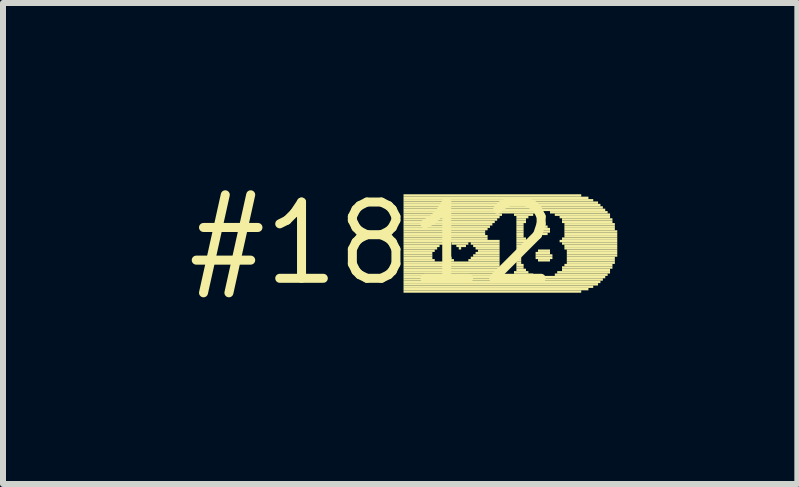
<source format=kicad_pcb>
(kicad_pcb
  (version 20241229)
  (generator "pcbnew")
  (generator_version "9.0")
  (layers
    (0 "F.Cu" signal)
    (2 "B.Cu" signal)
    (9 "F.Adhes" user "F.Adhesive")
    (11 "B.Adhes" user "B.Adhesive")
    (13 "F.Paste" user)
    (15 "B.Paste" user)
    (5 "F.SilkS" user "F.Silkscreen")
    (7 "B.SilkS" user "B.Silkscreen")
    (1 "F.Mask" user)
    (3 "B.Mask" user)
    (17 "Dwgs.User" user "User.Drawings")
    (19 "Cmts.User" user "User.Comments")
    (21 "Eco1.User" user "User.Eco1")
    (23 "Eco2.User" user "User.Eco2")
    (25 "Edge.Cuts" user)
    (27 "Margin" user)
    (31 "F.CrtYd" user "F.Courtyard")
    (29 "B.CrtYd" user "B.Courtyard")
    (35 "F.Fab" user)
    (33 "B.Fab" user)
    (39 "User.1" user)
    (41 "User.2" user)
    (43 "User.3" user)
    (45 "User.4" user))
  (footprint "#1812"
    (layer "F.Cu")
    (at 3.152 1.006)
    (property "Reference" "#1812" (at 0 0 0) (layer "F.SilkS") (effects (font (size 1.27 1.27) (thickness 0.15))))
    (attr through_hole)
    (fp_poly (pts (xy 0.52 -0.78) (xy 3.48 -0.78) (xy 3.48 -0.82) (xy 0.52 -0.82)) (stroke (width 0) (type solid)) (fill yes) (layer "F.SilkS"))
    (fp_poly (pts (xy 0.52 -0.74) (xy 3.6 -0.74) (xy 3.6 -0.78) (xy 0.52 -0.78)) (stroke (width 0) (type solid)) (fill yes) (layer "F.SilkS"))
    (fp_poly (pts (xy 0.52 -0.7) (xy 3.68 -0.7) (xy 3.68 -0.74) (xy 0.52 -0.74)) (stroke (width 0) (type solid)) (fill yes) (layer "F.SilkS"))
    (fp_poly (pts (xy 0.52 -0.66) (xy 3.76 -0.66) (xy 3.76 -0.7) (xy 0.52 -0.7)) (stroke (width 0) (type solid)) (fill yes) (layer "F.SilkS"))
    (fp_poly (pts (xy 0.52 -0.62) (xy 3.8 -0.62) (xy 3.8 -0.66) (xy 0.52 -0.66)) (stroke (width 0) (type solid)) (fill yes) (layer "F.SilkS"))
    (fp_poly (pts (xy 0.52 -0.58) (xy 3.84 -0.58) (xy 3.84 -0.62) (xy 0.52 -0.62)) (stroke (width 0) (type solid)) (fill yes) (layer "F.SilkS"))
    (fp_poly (pts (xy 0.52 -0.54) (xy 3.88 -0.54) (xy 3.88 -0.58) (xy 0.52 -0.58)) (stroke (width 0) (type solid)) (fill yes) (layer "F.SilkS"))
    (fp_poly (pts (xy 0.52 -0.5) (xy 2.76 -0.5) (xy 2.76 -0.54) (xy 0.52 -0.54)) (stroke (width 0) (type solid)) (fill yes) (layer "F.SilkS"))
    (fp_poly (pts (xy 0.52 -0.46) (xy 2.16 -0.46) (xy 2.16 -0.5) (xy 0.52 -0.5)) (stroke (width 0) (type solid)) (fill yes) (layer "F.SilkS"))
    (fp_poly (pts (xy 0.52 -0.42) (xy 2.12 -0.42) (xy 2.12 -0.46) (xy 0.52 -0.46)) (stroke (width 0) (type solid)) (fill yes) (layer "F.SilkS"))
    (fp_poly (pts (xy 0.52 -0.38) (xy 2.08 -0.38) (xy 2.08 -0.42) (xy 0.52 -0.42)) (stroke (width 0) (type solid)) (fill yes) (layer "F.SilkS"))
    (fp_poly (pts (xy 0.52 -0.34) (xy 2.04 -0.34) (xy 2.04 -0.38) (xy 0.52 -0.38)) (stroke (width 0) (type solid)) (fill yes) (layer "F.SilkS"))
    (fp_poly (pts (xy 0.52 -0.3) (xy 2 -0.3) (xy 2 -0.34) (xy 0.52 -0.34)) (stroke (width 0) (type solid)) (fill yes) (layer "F.SilkS"))
    (fp_poly (pts (xy 0.52 -0.26) (xy 1.96 -0.26) (xy 1.96 -0.3) (xy 0.52 -0.3)) (stroke (width 0) (type solid)) (fill yes) (layer "F.SilkS"))
    (fp_poly (pts (xy 0.52 -0.22) (xy 1.92 -0.22) (xy 1.92 -0.26) (xy 0.52 -0.26)) (stroke (width 0) (type solid)) (fill yes) (layer "F.SilkS"))
    (fp_poly (pts (xy 0.52 -0.18) (xy 1.88 -0.18) (xy 1.88 -0.22) (xy 0.52 -0.22)) (stroke (width 0) (type solid)) (fill yes) (layer "F.SilkS"))
    (fp_poly (pts (xy 0.52 -0.14) (xy 1.88 -0.14) (xy 1.88 -0.18) (xy 0.52 -0.18)) (stroke (width 0) (type solid)) (fill yes) (layer "F.SilkS"))
    (fp_poly (pts (xy 0.52 -0.1) (xy 1.92 -0.1) (xy 1.92 -0.14) (xy 0.52 -0.14)) (stroke (width 0) (type solid)) (fill yes) (layer "F.SilkS"))
    (fp_poly (pts (xy 0.52 -0.06) (xy 1.92 -0.06) (xy 1.92 -0.1) (xy 0.52 -0.1)) (stroke (width 0) (type solid)) (fill yes) (layer "F.SilkS"))
    (fp_poly (pts (xy 0.52 -0.02) (xy 2.12 -0.02) (xy 2.12 -0.06) (xy 0.52 -0.06)) (stroke (width 0) (type solid)) (fill yes) (layer "F.SilkS"))
    (fp_poly (pts (xy 0.52 0.02) (xy 1.24 0.02) (xy 1.24 -0.02) (xy 0.52 -0.02)) (stroke (width 0) (type solid)) (fill yes) (layer "F.SilkS"))
    (fp_poly (pts (xy 0.52 0.06) (xy 1.12 0.06) (xy 1.12 0.02) (xy 0.52 0.02)) (stroke (width 0) (type solid)) (fill yes) (layer "F.SilkS"))
    (fp_poly (pts (xy 0.52 0.1) (xy 1.08 0.1) (xy 1.08 0.06) (xy 0.52 0.06)) (stroke (width 0) (type solid)) (fill yes) (layer "F.SilkS"))
    (fp_poly (pts (xy 0.52 0.14) (xy 1.04 0.14) (xy 1.04 0.1) (xy 0.52 0.1)) (stroke (width 0) (type solid)) (fill yes) (layer "F.SilkS"))
    (fp_poly (pts (xy 0.52 0.18) (xy 1 0.18) (xy 1 0.14) (xy 0.52 0.14)) (stroke (width 0) (type solid)) (fill yes) (layer "F.SilkS"))
    (fp_poly (pts (xy 0.52 0.22) (xy 1 0.22) (xy 1 0.18) (xy 0.52 0.18)) (stroke (width 0) (type solid)) (fill yes) (layer "F.SilkS"))
    (fp_poly (pts (xy 0.52 0.26) (xy 1 0.26) (xy 1 0.22) (xy 0.52 0.22)) (stroke (width 0) (type solid)) (fill yes) (layer "F.SilkS"))
    (fp_poly (pts (xy 0.52 0.3) (xy 1.04 0.3) (xy 1.04 0.26) (xy 0.52 0.26)) (stroke (width 0) (type solid)) (fill yes) (layer "F.SilkS"))
    (fp_poly (pts (xy 0.52 0.34) (xy 2.12 0.34) (xy 2.12 0.3) (xy 0.52 0.3)) (stroke (width 0) (type solid)) (fill yes) (layer "F.SilkS"))
    (fp_poly (pts (xy 0.52 0.38) (xy 2.12 0.38) (xy 2.12 0.34) (xy 0.52 0.34)) (stroke (width 0) (type solid)) (fill yes) (layer "F.SilkS"))
    (fp_poly (pts (xy 0.52 0.42) (xy 2.12 0.42) (xy 2.12 0.38) (xy 0.52 0.38)) (stroke (width 0) (type solid)) (fill yes) (layer "F.SilkS"))
    (fp_poly (pts (xy 0.52 0.46) (xy 2.12 0.46) (xy 2.12 0.42) (xy 0.52 0.42)) (stroke (width 0) (type solid)) (fill yes) (layer "F.SilkS"))
    (fp_poly (pts (xy 0.52 0.5) (xy 2.16 0.5) (xy 2.16 0.46) (xy 0.52 0.46)) (stroke (width 0) (type solid)) (fill yes) (layer "F.SilkS"))
    (fp_poly (pts (xy 0.52 0.54) (xy 2.16 0.54) (xy 2.16 0.5) (xy 0.52 0.5)) (stroke (width 0) (type solid)) (fill yes) (layer "F.SilkS"))
    (fp_poly (pts (xy 0.52 0.58) (xy 3.88 0.58) (xy 3.88 0.54) (xy 0.52 0.54)) (stroke (width 0) (type solid)) (fill yes) (layer "F.SilkS"))
    (fp_poly (pts (xy 0.52 0.62) (xy 3.84 0.62) (xy 3.84 0.58) (xy 0.52 0.58)) (stroke (width 0) (type solid)) (fill yes) (layer "F.SilkS"))
    (fp_poly (pts (xy 0.52 0.66) (xy 3.8 0.66) (xy 3.8 0.62) (xy 0.52 0.62)) (stroke (width 0) (type solid)) (fill yes) (layer "F.SilkS"))
    (fp_poly (pts (xy 0.52 0.7) (xy 3.76 0.7) (xy 3.76 0.66) (xy 0.52 0.66)) (stroke (width 0) (type solid)) (fill yes) (layer "F.SilkS"))
    (fp_poly (pts (xy 0.52 0.74) (xy 3.68 0.74) (xy 3.68 0.7) (xy 0.52 0.7)) (stroke (width 0) (type solid)) (fill yes) (layer "F.SilkS"))
    (fp_poly (pts (xy 0.52 0.78) (xy 3.6 0.78) (xy 3.6 0.74) (xy 0.52 0.74)) (stroke (width 0) (type solid)) (fill yes) (layer "F.SilkS"))
    (fp_poly (pts (xy 0.52 0.82) (xy 3.48 0.82) (xy 3.48 0.78) (xy 0.52 0.78)) (stroke (width 0) (type solid)) (fill yes) (layer "F.SilkS"))
    (fp_poly (pts (xy 1.2 0.26) (xy 1.32 0.26) (xy 1.32 0.22) (xy 1.2 0.22)) (stroke (width 0) (type solid)) (fill yes) (layer "F.SilkS"))
    (fp_poly (pts (xy 1.2 0.3) (xy 1.36 0.3) (xy 1.36 0.26) (xy 1.2 0.26)) (stroke (width 0) (type solid)) (fill yes) (layer "F.SilkS"))
    (fp_poly (pts (xy 1.32 0.02) (xy 1.6 0.02) (xy 1.6 -0.02) (xy 1.32 -0.02)) (stroke (width 0) (type solid)) (fill yes) (layer "F.SilkS"))
    (fp_poly (pts (xy 1.4 0.06) (xy 1.56 0.06) (xy 1.56 0.02) (xy 1.4 0.02)) (stroke (width 0) (type solid)) (fill yes) (layer "F.SilkS"))
    (fp_poly (pts (xy 1.44 0.1) (xy 1.48 0.1) (xy 1.48 0.06) (xy 1.44 0.06)) (stroke (width 0) (type solid)) (fill yes) (layer "F.SilkS"))
    (fp_poly (pts (xy 1.6 0.3) (xy 2.12 0.3) (xy 2.12 0.26) (xy 1.6 0.26)) (stroke (width 0) (type solid)) (fill yes) (layer "F.SilkS"))
    (fp_poly (pts (xy 1.64 0.02) (xy 2.12 0.02) (xy 2.12 -0.02) (xy 1.64 -0.02)) (stroke (width 0) (type solid)) (fill yes) (layer "F.SilkS"))
    (fp_poly (pts (xy 1.64 0.26) (xy 2.12 0.26) (xy 2.12 0.22) (xy 1.64 0.22)) (stroke (width 0) (type solid)) (fill yes) (layer "F.SilkS"))
    (fp_poly (pts (xy 1.68 0.06) (xy 2.12 0.06) (xy 2.12 0.02) (xy 1.68 0.02)) (stroke (width 0) (type solid)) (fill yes) (layer "F.SilkS"))
    (fp_poly (pts (xy 1.68 0.22) (xy 2.12 0.22) (xy 2.12 0.18) (xy 1.68 0.18)) (stroke (width 0) (type solid)) (fill yes) (layer "F.SilkS"))
    (fp_poly (pts (xy 1.72 0.1) (xy 2.12 0.1) (xy 2.12 0.06) (xy 1.72 0.06)) (stroke (width 0) (type solid)) (fill yes) (layer "F.SilkS"))
    (fp_poly (pts (xy 1.72 0.18) (xy 2.12 0.18) (xy 2.12 0.14) (xy 1.72 0.14)) (stroke (width 0) (type solid)) (fill yes) (layer "F.SilkS"))
    (fp_poly (pts (xy 1.76 0.14) (xy 2.12 0.14) (xy 2.12 0.1) (xy 1.76 0.1)) (stroke (width 0) (type solid)) (fill yes) (layer "F.SilkS"))
    (fp_poly (pts (xy 2.36 -0.46) (xy 2.68 -0.46) (xy 2.68 -0.5) (xy 2.36 -0.5)) (stroke (width 0) (type solid)) (fill yes) (layer "F.SilkS"))
    (fp_poly (pts (xy 2.36 0.5) (xy 2.6 0.5) (xy 2.6 0.46) (xy 2.36 0.46)) (stroke (width 0) (type solid)) (fill yes) (layer "F.SilkS"))
    (fp_poly (pts (xy 2.36 0.54) (xy 2.68 0.54) (xy 2.68 0.5) (xy 2.36 0.5)) (stroke (width 0) (type solid)) (fill yes) (layer "F.SilkS"))
    (fp_poly (pts (xy 2.4 -0.42) (xy 2.6 -0.42) (xy 2.6 -0.46) (xy 2.4 -0.46)) (stroke (width 0) (type solid)) (fill yes) (layer "F.SilkS"))
    (fp_poly (pts (xy 2.4 -0.38) (xy 2.56 -0.38) (xy 2.56 -0.42) (xy 2.4 -0.42)) (stroke (width 0) (type solid)) (fill yes) (layer "F.SilkS"))
    (fp_poly (pts (xy 2.4 -0.34) (xy 2.56 -0.34) (xy 2.56 -0.38) (xy 2.4 -0.38)) (stroke (width 0) (type solid)) (fill yes) (layer "F.SilkS"))
    (fp_poly (pts (xy 2.4 -0.3) (xy 2.52 -0.3) (xy 2.52 -0.34) (xy 2.4 -0.34)) (stroke (width 0) (type solid)) (fill yes) (layer "F.SilkS"))
    (fp_poly (pts (xy 2.4 -0.26) (xy 2.52 -0.26) (xy 2.52 -0.3) (xy 2.4 -0.3)) (stroke (width 0) (type solid)) (fill yes) (layer "F.SilkS"))
    (fp_poly (pts (xy 2.4 -0.22) (xy 2.52 -0.22) (xy 2.52 -0.26) (xy 2.4 -0.26)) (stroke (width 0) (type solid)) (fill yes) (layer "F.SilkS"))
    (fp_poly (pts (xy 2.4 -0.18) (xy 2.52 -0.18) (xy 2.52 -0.22) (xy 2.4 -0.22)) (stroke (width 0) (type solid)) (fill yes) (layer "F.SilkS"))
    (fp_poly (pts (xy 2.4 -0.14) (xy 2.52 -0.14) (xy 2.52 -0.18) (xy 2.4 -0.18)) (stroke (width 0) (type solid)) (fill yes) (layer "F.SilkS"))
    (fp_poly (pts (xy 2.4 -0.1) (xy 2.52 -0.1) (xy 2.52 -0.14) (xy 2.4 -0.14)) (stroke (width 0) (type solid)) (fill yes) (layer "F.SilkS"))
    (fp_poly (pts (xy 2.4 -0.06) (xy 2.56 -0.06) (xy 2.56 -0.1) (xy 2.4 -0.1)) (stroke (width 0) (type solid)) (fill yes) (layer "F.SilkS"))
    (fp_poly (pts (xy 2.4 -0.02) (xy 2.6 -0.02) (xy 2.6 -0.06) (xy 2.4 -0.06)) (stroke (width 0) (type solid)) (fill yes) (layer "F.SilkS"))
    (fp_poly (pts (xy 2.4 0.02) (xy 2.56 0.02) (xy 2.56 -0.02) (xy 2.4 -0.02)) (stroke (width 0) (type solid)) (fill yes) (layer "F.SilkS"))
    (fp_poly (pts (xy 2.4 0.06) (xy 2.52 0.06) (xy 2.52 0.02) (xy 2.4 0.02)) (stroke (width 0) (type solid)) (fill yes) (layer "F.SilkS"))
    (fp_poly (pts (xy 2.4 0.1) (xy 2.52 0.1) (xy 2.52 0.06) (xy 2.4 0.06)) (stroke (width 0) (type solid)) (fill yes) (layer "F.SilkS"))
    (fp_poly (pts (xy 2.4 0.14) (xy 2.48 0.14) (xy 2.48 0.1) (xy 2.4 0.1)) (stroke (width 0) (type solid)) (fill yes) (layer "F.SilkS"))
    (fp_poly (pts (xy 2.4 0.18) (xy 2.48 0.18) (xy 2.48 0.14) (xy 2.4 0.14)) (stroke (width 0) (type solid)) (fill yes) (layer "F.SilkS"))
    (fp_poly (pts (xy 2.4 0.22) (xy 2.48 0.22) (xy 2.48 0.18) (xy 2.4 0.18)) (stroke (width 0) (type solid)) (fill yes) (layer "F.SilkS"))
    (fp_poly (pts (xy 2.4 0.26) (xy 2.48 0.26) (xy 2.48 0.22) (xy 2.4 0.22)) (stroke (width 0) (type solid)) (fill yes) (layer "F.SilkS"))
    (fp_poly (pts (xy 2.4 0.3) (xy 2.48 0.3) (xy 2.48 0.26) (xy 2.4 0.26)) (stroke (width 0) (type solid)) (fill yes) (layer "F.SilkS"))
    (fp_poly (pts (xy 2.4 0.34) (xy 2.48 0.34) (xy 2.48 0.3) (xy 2.4 0.3)) (stroke (width 0) (type solid)) (fill yes) (layer "F.SilkS"))
    (fp_poly (pts (xy 2.4 0.38) (xy 2.52 0.38) (xy 2.52 0.34) (xy 2.4 0.34)) (stroke (width 0) (type solid)) (fill yes) (layer "F.SilkS"))
    (fp_poly (pts (xy 2.4 0.42) (xy 2.52 0.42) (xy 2.52 0.38) (xy 2.4 0.38)) (stroke (width 0) (type solid)) (fill yes) (layer "F.SilkS"))
    (fp_poly (pts (xy 2.4 0.46) (xy 2.56 0.46) (xy 2.56 0.42) (xy 2.4 0.42)) (stroke (width 0) (type solid)) (fill yes) (layer "F.SilkS"))
    (fp_poly (pts (xy 2.72 0.18) (xy 2.96 0.18) (xy 2.96 0.14) (xy 2.72 0.14)) (stroke (width 0) (type solid)) (fill yes) (layer "F.SilkS"))
    (fp_poly (pts (xy 2.72 0.22) (xy 3 0.22) (xy 3 0.18) (xy 2.72 0.18)) (stroke (width 0) (type solid)) (fill yes) (layer "F.SilkS"))
    (fp_poly (pts (xy 2.72 0.26) (xy 3 0.26) (xy 3 0.22) (xy 2.72 0.22)) (stroke (width 0) (type solid)) (fill yes) (layer "F.SilkS"))
    (fp_poly (pts (xy 2.76 -0.22) (xy 2.96 -0.22) (xy 2.96 -0.26) (xy 2.76 -0.26)) (stroke (width 0) (type solid)) (fill yes) (layer "F.SilkS"))
    (fp_poly (pts (xy 2.76 -0.18) (xy 2.96 -0.18) (xy 2.96 -0.22) (xy 2.76 -0.22)) (stroke (width 0) (type solid)) (fill yes) (layer "F.SilkS"))
    (fp_poly (pts (xy 2.76 0.14) (xy 2.96 0.14) (xy 2.96 0.1) (xy 2.76 0.1)) (stroke (width 0) (type solid)) (fill yes) (layer "F.SilkS"))
    (fp_poly (pts (xy 2.76 0.3) (xy 2.96 0.3) (xy 2.96 0.26) (xy 2.76 0.26)) (stroke (width 0) (type solid)) (fill yes) (layer "F.SilkS"))
    (fp_poly (pts (xy 2.8 -0.26) (xy 2.92 -0.26) (xy 2.92 -0.3) (xy 2.8 -0.3)) (stroke (width 0) (type solid)) (fill yes) (layer "F.SilkS"))
    (fp_poly (pts (xy 2.8 -0.14) (xy 2.92 -0.14) (xy 2.92 -0.18) (xy 2.8 -0.18)) (stroke (width 0) (type solid)) (fill yes) (layer "F.SilkS"))
    (fp_poly (pts (xy 2.96 -0.5) (xy 3.92 -0.5) (xy 3.92 -0.54) (xy 2.96 -0.54)) (stroke (width 0) (type solid)) (fill yes) (layer "F.SilkS"))
    (fp_poly (pts (xy 3.04 -0.46) (xy 3.96 -0.46) (xy 3.96 -0.5) (xy 3.04 -0.5)) (stroke (width 0) (type solid)) (fill yes) (layer "F.SilkS"))
    (fp_poly (pts (xy 3.04 0.54) (xy 3.92 0.54) (xy 3.92 0.5) (xy 3.04 0.5)) (stroke (width 0) (type solid)) (fill yes) (layer "F.SilkS"))
    (fp_poly (pts (xy 3.08 0.5) (xy 3.96 0.5) (xy 3.96 0.46) (xy 3.08 0.46)) (stroke (width 0) (type solid)) (fill yes) (layer "F.SilkS"))
    (fp_poly (pts (xy 3.12 -0.42) (xy 3.96 -0.42) (xy 3.96 -0.46) (xy 3.12 -0.46)) (stroke (width 0) (type solid)) (fill yes) (layer "F.SilkS"))
    (fp_poly (pts (xy 3.12 -0.02) (xy 4.08 -0.02) (xy 4.08 -0.06) (xy 3.12 -0.06)) (stroke (width 0) (type solid)) (fill yes) (layer "F.SilkS"))
    (fp_poly (pts (xy 3.16 -0.38) (xy 4 -0.38) (xy 4 -0.42) (xy 3.16 -0.42)) (stroke (width 0) (type solid)) (fill yes) (layer "F.SilkS"))
    (fp_poly (pts (xy 3.16 -0.34) (xy 4 -0.34) (xy 4 -0.38) (xy 3.16 -0.38)) (stroke (width 0) (type solid)) (fill yes) (layer "F.SilkS"))
    (fp_poly (pts (xy 3.16 -0.06) (xy 4.08 -0.06) (xy 4.08 -0.1) (xy 3.16 -0.1)) (stroke (width 0) (type solid)) (fill yes) (layer "F.SilkS"))
    (fp_poly (pts (xy 3.16 0.02) (xy 4.08 0.02) (xy 4.08 -0.02) (xy 3.16 -0.02)) (stroke (width 0) (type solid)) (fill yes) (layer "F.SilkS"))
    (fp_poly (pts (xy 3.16 0.42) (xy 4 0.42) (xy 4 0.38) (xy 3.16 0.38)) (stroke (width 0) (type solid)) (fill yes) (layer "F.SilkS"))
    (fp_poly (pts (xy 3.16 0.46) (xy 3.96 0.46) (xy 3.96 0.42) (xy 3.16 0.42)) (stroke (width 0) (type solid)) (fill yes) (layer "F.SilkS"))
    (fp_poly (pts (xy 3.2 -0.3) (xy 4.04 -0.3) (xy 4.04 -0.34) (xy 3.2 -0.34)) (stroke (width 0) (type solid)) (fill yes) (layer "F.SilkS"))
    (fp_poly (pts (xy 3.2 -0.26) (xy 4.04 -0.26) (xy 4.04 -0.3) (xy 3.2 -0.3)) (stroke (width 0) (type solid)) (fill yes) (layer "F.SilkS"))
    (fp_poly (pts (xy 3.2 -0.22) (xy 4.04 -0.22) (xy 4.04 -0.26) (xy 3.2 -0.26)) (stroke (width 0) (type solid)) (fill yes) (layer "F.SilkS"))
    (fp_poly (pts (xy 3.2 -0.18) (xy 4.08 -0.18) (xy 4.08 -0.22) (xy 3.2 -0.22)) (stroke (width 0) (type solid)) (fill yes) (layer "F.SilkS"))
    (fp_poly (pts (xy 3.2 -0.14) (xy 4.08 -0.14) (xy 4.08 -0.18) (xy 3.2 -0.18)) (stroke (width 0) (type solid)) (fill yes) (layer "F.SilkS"))
    (fp_poly (pts (xy 3.2 -0.1) (xy 4.08 -0.1) (xy 4.08 -0.14) (xy 3.2 -0.14)) (stroke (width 0) (type solid)) (fill yes) (layer "F.SilkS"))
    (fp_poly (pts (xy 3.2 0.06) (xy 4.08 0.06) (xy 4.08 0.02) (xy 3.2 0.02)) (stroke (width 0) (type solid)) (fill yes) (layer "F.SilkS"))
    (fp_poly (pts (xy 3.2 0.1) (xy 4.08 0.1) (xy 4.08 0.06) (xy 3.2 0.06)) (stroke (width 0) (type solid)) (fill yes) (layer "F.SilkS"))
    (fp_poly (pts (xy 3.2 0.38) (xy 4 0.38) (xy 4 0.34) (xy 3.2 0.34)) (stroke (width 0) (type solid)) (fill yes) (layer "F.SilkS"))
    (fp_poly (pts (xy 3.24 0.14) (xy 4.08 0.14) (xy 4.08 0.1) (xy 3.24 0.1)) (stroke (width 0) (type solid)) (fill yes) (layer "F.SilkS"))
    (fp_poly (pts (xy 3.24 0.18) (xy 4.08 0.18) (xy 4.08 0.14) (xy 3.24 0.14)) (stroke (width 0) (type solid)) (fill yes) (layer "F.SilkS"))
    (fp_poly (pts (xy 3.24 0.22) (xy 4.08 0.22) (xy 4.08 0.18) (xy 3.24 0.18)) (stroke (width 0) (type solid)) (fill yes) (layer "F.SilkS"))
    (fp_poly (pts (xy 3.24 0.26) (xy 4.04 0.26) (xy 4.04 0.22) (xy 3.24 0.22)) (stroke (width 0) (type solid)) (fill yes) (layer "F.SilkS"))
    (fp_poly (pts (xy 3.24 0.3) (xy 4.04 0.3) (xy 4.04 0.26) (xy 3.24 0.26)) (stroke (width 0) (type solid)) (fill yes) (layer "F.SilkS"))
    (fp_poly (pts (xy 3.24 0.34) (xy 4.04 0.34) (xy 4.04 0.3) (xy 3.24 0.3)) (stroke (width 0) (type solid)) (fill yes) (layer "F.SilkS")))
  (gr_rect
    (start -3 -3)
    (end 10.232 5.012)
    (stroke (width 0.1) (type default))
    (fill no)
    (layer "Edge.Cuts")))
</source>
